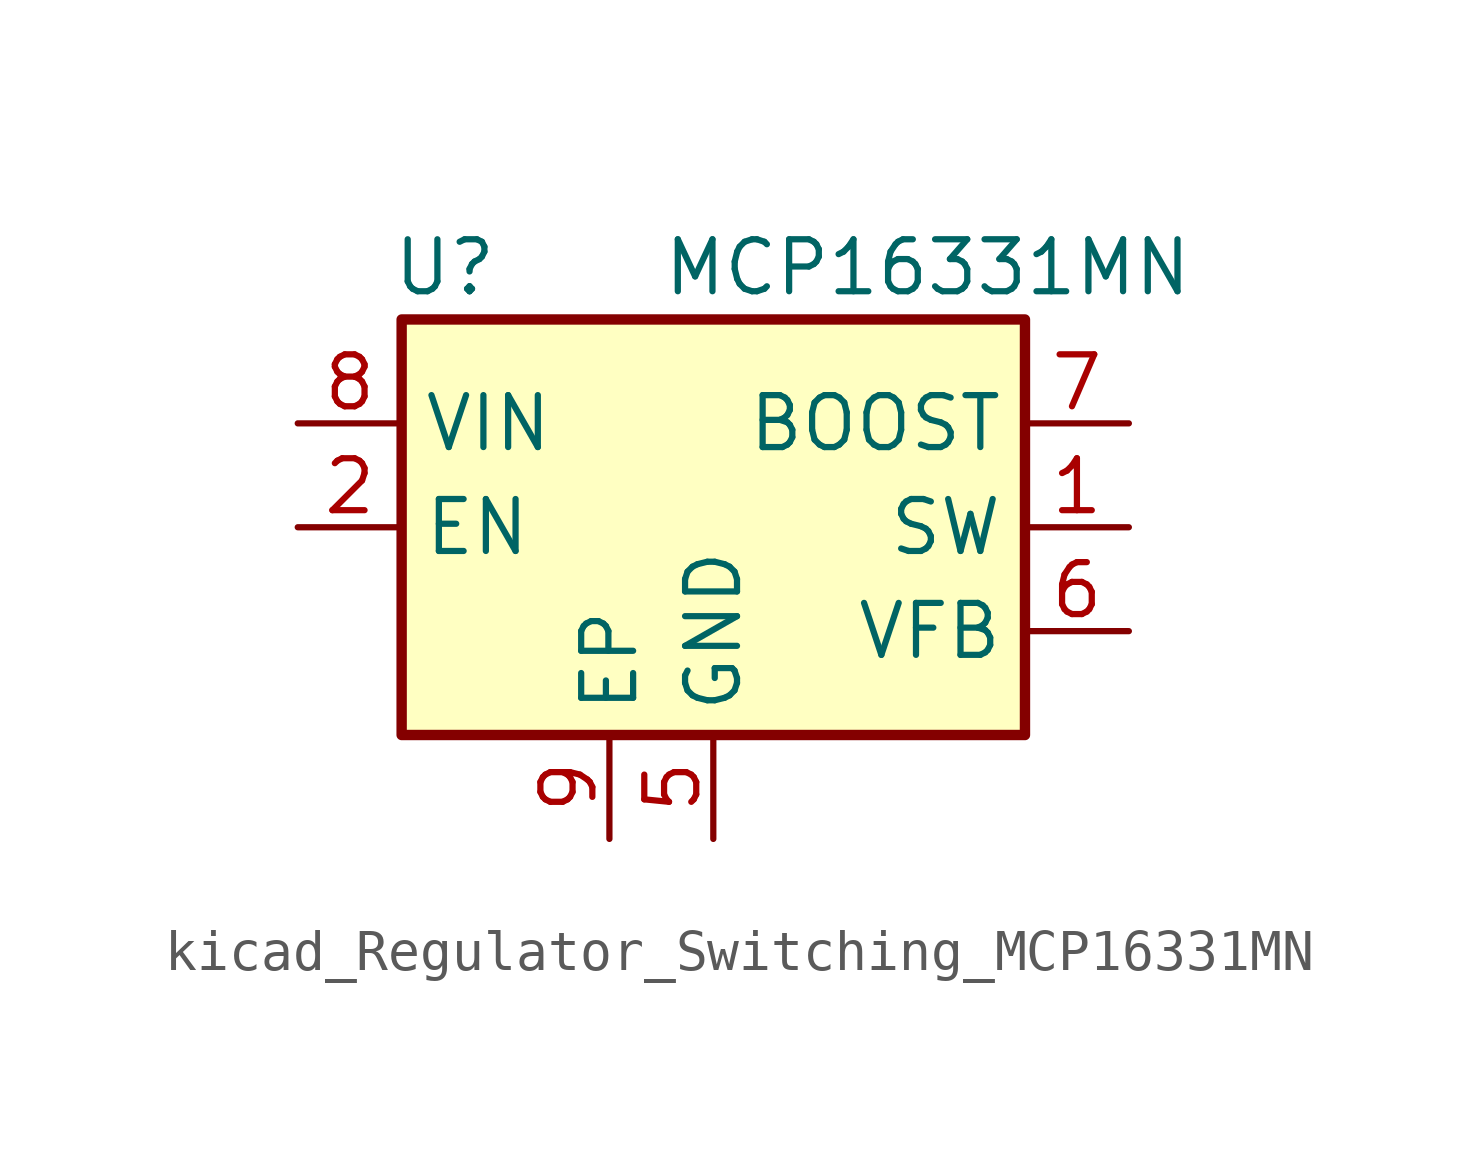
<source format=kicad_sym>
(kicad_symbol_lib
  (version 20220914)
  (generator kicad_symbol_editor)
  (symbol "kicad_Regulator_Switching_MCP16331MN"
    (property "Reference" "U"
      (at -7.874 6.35 0)
      (effects (font (size 1.27 1.27)) (justify left)))
    (property "Value" "MCP16331MN"
      (at -1.27 6.35 0)
      (effects (font (size 1.27 1.27)) (justify left)))
    (symbol "kicad_Regulator_Switching_MCP16331MN_0_1"
      (rectangle (start -7.62 5.08) (end 7.62 -5.08) (stroke (width 0.254) (type default)) (fill (type background))))
    (symbol "kicad_Regulator_Switching_MCP16331MN_1_1"
      (pin output line (at 10.16 0 180) (length 2.54) (name "SW" (effects (font (size 1.27 1.27)))) (number "1" (effects (font (size 1.27 1.27)))))
      (pin input line (at -10.16 0 0) (length 2.54) (name "EN" (effects (font (size 1.27 1.27)))) (number "2" (effects (font (size 1.27 1.27)))))
      (pin no_connect line (at 2.54 -5.08 90) (length 2.54) hide (name "NC" (effects (font (size 1.27 1.27)))) (number "3" (effects (font (size 1.27 1.27)))))
      (pin no_connect line (at -7.62 -2.54 0) (length 2.54) hide (name "NC" (effects (font (size 1.27 1.27)))) (number "4" (effects (font (size 1.27 1.27)))))
      (pin power_in line (at 0 -7.62 90) (length 2.54) (name "GND" (effects (font (size 1.27 1.27)))) (number "5" (effects (font (size 1.27 1.27)))))
      (pin input line (at 10.16 -2.54 180) (length 2.54) (name "VFB" (effects (font (size 1.27 1.27)))) (number "6" (effects (font (size 1.27 1.27)))))
      (pin input line (at 10.16 2.54 180) (length 2.54) (name "BOOST" (effects (font (size 1.27 1.27)))) (number "7" (effects (font (size 1.27 1.27)))))
      (pin power_in line (at -10.16 2.54 0) (length 2.54) (name "VIN" (effects (font (size 1.27 1.27)))) (number "8" (effects (font (size 1.27 1.27)))))
      (pin power_in line (at -2.54 -7.62 90) (length 2.54) (name "EP" (effects (font (size 1.27 1.27)))) (number "9" (effects (font (size 1.27 1.27))))))))
</source>
